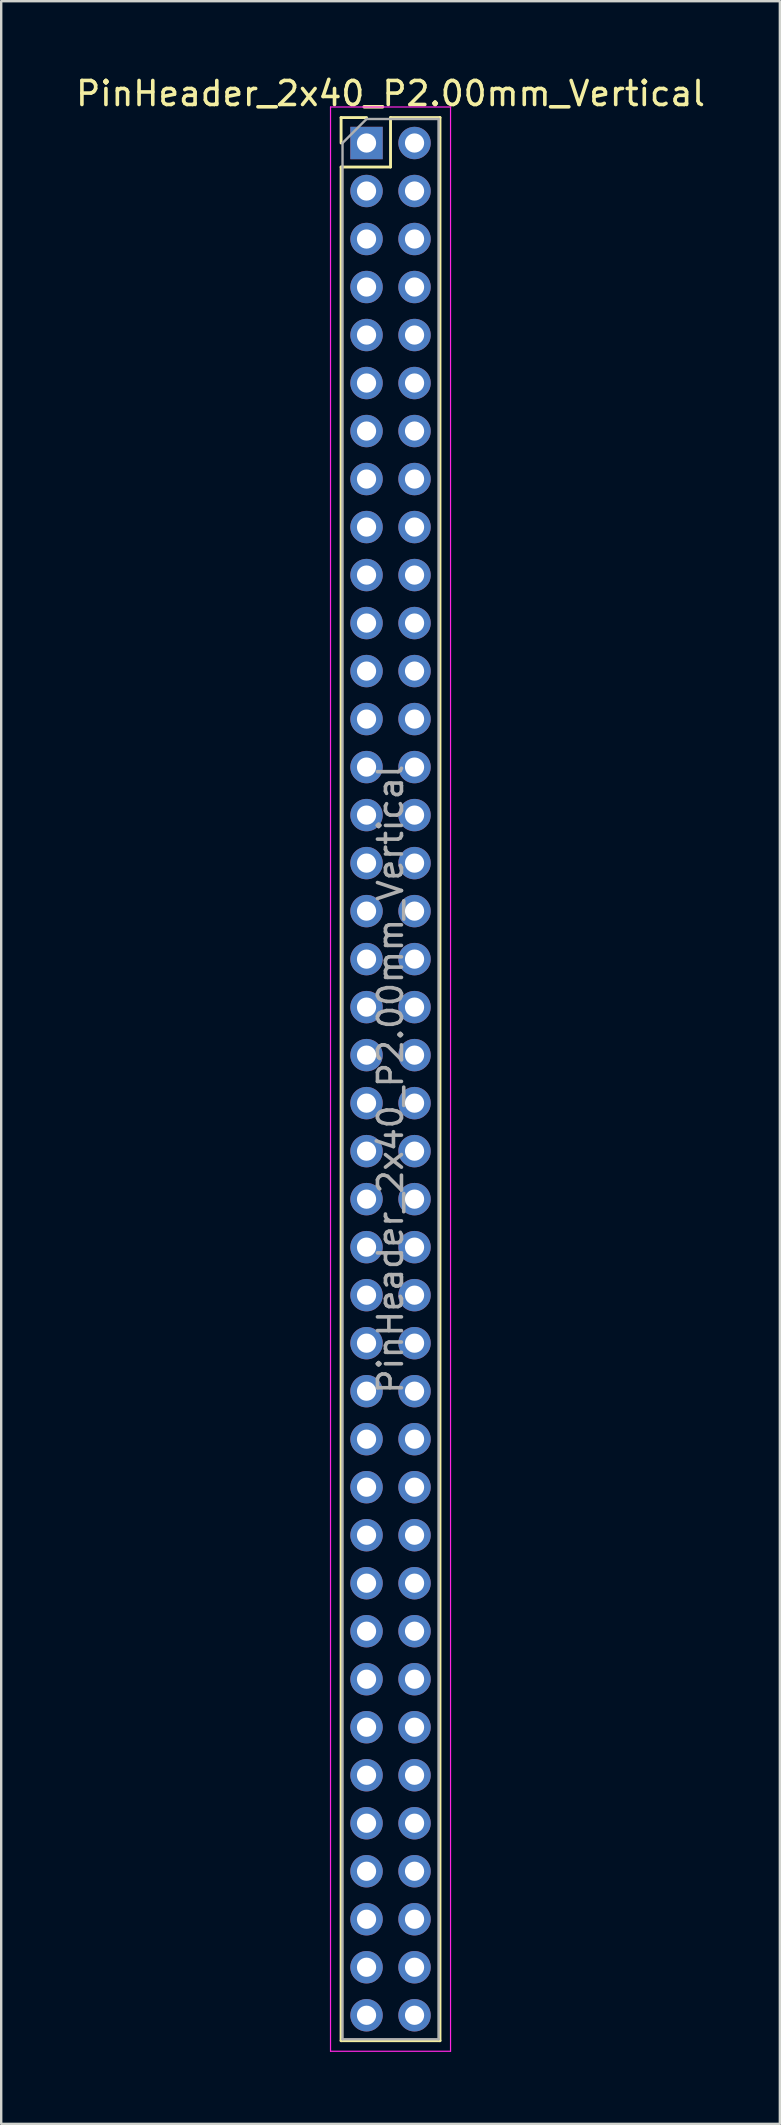
<source format=kicad_pcb>
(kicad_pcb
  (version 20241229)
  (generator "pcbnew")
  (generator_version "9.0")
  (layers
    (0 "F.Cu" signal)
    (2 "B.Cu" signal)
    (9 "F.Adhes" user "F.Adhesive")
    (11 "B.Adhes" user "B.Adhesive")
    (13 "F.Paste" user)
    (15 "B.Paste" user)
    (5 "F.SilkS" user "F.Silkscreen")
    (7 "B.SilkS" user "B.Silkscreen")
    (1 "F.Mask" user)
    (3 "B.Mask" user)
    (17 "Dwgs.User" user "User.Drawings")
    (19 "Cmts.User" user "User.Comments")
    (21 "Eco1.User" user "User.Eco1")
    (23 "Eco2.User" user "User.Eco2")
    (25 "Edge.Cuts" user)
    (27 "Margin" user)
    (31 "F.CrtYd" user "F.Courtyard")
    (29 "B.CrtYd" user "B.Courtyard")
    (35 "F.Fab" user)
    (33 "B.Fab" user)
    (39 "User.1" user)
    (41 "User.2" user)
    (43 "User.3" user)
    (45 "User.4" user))
  (footprint "PinHeader_2x40_P2.00mm_Vertical"
    (layer "F.Cu")
    (at 12.22 2.908)
    (property "Reference" "PinHeader_2x40_P2.00mm_Vertical" (at 1 -2.06 0) (layer "F.SilkS") (effects (font (size 1 1) (thickness 0.15))))
    (attr through_hole)
    (fp_line (start -1.06 -1.06) (end 0 -1.06) (stroke (width 0.12) (type solid)) (layer "F.SilkS"))
    (fp_line (start -1.06 0) (end -1.06 -1.06) (stroke (width 0.12) (type solid)) (layer "F.SilkS"))
    (fp_line (start -1.06 1) (end -1.06 79.06) (stroke (width 0.12) (type solid)) (layer "F.SilkS"))
    (fp_line (start -1.06 1) (end 1 1) (stroke (width 0.12) (type solid)) (layer "F.SilkS"))
    (fp_line (start -1.06 79.06) (end 3.06 79.06) (stroke (width 0.12) (type solid)) (layer "F.SilkS"))
    (fp_line (start 1 -1.06) (end 3.06 -1.06) (stroke (width 0.12) (type solid)) (layer "F.SilkS"))
    (fp_line (start 1 1) (end 1 -1.06) (stroke (width 0.12) (type solid)) (layer "F.SilkS"))
    (fp_line (start 3.06 -1.06) (end 3.06 79.06) (stroke (width 0.12) (type solid)) (layer "F.SilkS"))
    (fp_line (start -1.5 -1.5) (end -1.5 79.5) (stroke (width 0.05) (type solid)) (layer "F.CrtYd"))
    (fp_line (start -1.5 79.5) (end 3.5 79.5) (stroke (width 0.05) (type solid)) (layer "F.CrtYd"))
    (fp_line (start 3.5 -1.5) (end -1.5 -1.5) (stroke (width 0.05) (type solid)) (layer "F.CrtYd"))
    (fp_line (start 3.5 79.5) (end 3.5 -1.5) (stroke (width 0.05) (type solid)) (layer "F.CrtYd"))
    (fp_line (start -1 0) (end 0 -1) (stroke (width 0.1) (type solid)) (layer "F.Fab"))
    (fp_line (start -1 79) (end -1 0) (stroke (width 0.1) (type solid)) (layer "F.Fab"))
    (fp_line (start 0 -1) (end 3 -1) (stroke (width 0.1) (type solid)) (layer "F.Fab"))
    (fp_line (start 3 -1) (end 3 79) (stroke (width 0.1) (type solid)) (layer "F.Fab"))
    (fp_line (start 3 79) (end -1 79) (stroke (width 0.1) (type solid)) (layer "F.Fab"))
    (fp_text user "${REFERENCE}" (at 1 39 90) (layer "F.Fab") (effects (font (size 1 1) (thickness 0.15))))
    (pad "1" thru_hole rect (at 0 0) (size 1.35 1.35) (drill 0.8) (layers "*.Cu" "*.Mask"))
    (pad "2" thru_hole oval (at 2 0) (size 1.35 1.35) (drill 0.8) (layers "*.Cu" "*.Mask"))
    (pad "3" thru_hole oval (at 0 2) (size 1.35 1.35) (drill 0.8) (layers "*.Cu" "*.Mask"))
    (pad "4" thru_hole oval (at 2 2) (size 1.35 1.35) (drill 0.8) (layers "*.Cu" "*.Mask"))
    (pad "5" thru_hole oval (at 0 4) (size 1.35 1.35) (drill 0.8) (layers "*.Cu" "*.Mask"))
    (pad "6" thru_hole oval (at 2 4) (size 1.35 1.35) (drill 0.8) (layers "*.Cu" "*.Mask"))
    (pad "7" thru_hole oval (at 0 6) (size 1.35 1.35) (drill 0.8) (layers "*.Cu" "*.Mask"))
    (pad "8" thru_hole oval (at 2 6) (size 1.35 1.35) (drill 0.8) (layers "*.Cu" "*.Mask"))
    (pad "9" thru_hole oval (at 0 8) (size 1.35 1.35) (drill 0.8) (layers "*.Cu" "*.Mask"))
    (pad "10" thru_hole oval (at 2 8) (size 1.35 1.35) (drill 0.8) (layers "*.Cu" "*.Mask"))
    (pad "11" thru_hole oval (at 0 10) (size 1.35 1.35) (drill 0.8) (layers "*.Cu" "*.Mask"))
    (pad "12" thru_hole oval (at 2 10) (size 1.35 1.35) (drill 0.8) (layers "*.Cu" "*.Mask"))
    (pad "13" thru_hole oval (at 0 12) (size 1.35 1.35) (drill 0.8) (layers "*.Cu" "*.Mask"))
    (pad "14" thru_hole oval (at 2 12) (size 1.35 1.35) (drill 0.8) (layers "*.Cu" "*.Mask"))
    (pad "15" thru_hole oval (at 0 14) (size 1.35 1.35) (drill 0.8) (layers "*.Cu" "*.Mask"))
    (pad "16" thru_hole oval (at 2 14) (size 1.35 1.35) (drill 0.8) (layers "*.Cu" "*.Mask"))
    (pad "17" thru_hole oval (at 0 16) (size 1.35 1.35) (drill 0.8) (layers "*.Cu" "*.Mask"))
    (pad "18" thru_hole oval (at 2 16) (size 1.35 1.35) (drill 0.8) (layers "*.Cu" "*.Mask"))
    (pad "19" thru_hole oval (at 0 18) (size 1.35 1.35) (drill 0.8) (layers "*.Cu" "*.Mask"))
    (pad "20" thru_hole oval (at 2 18) (size 1.35 1.35) (drill 0.8) (layers "*.Cu" "*.Mask"))
    (pad "21" thru_hole oval (at 0 20) (size 1.35 1.35) (drill 0.8) (layers "*.Cu" "*.Mask"))
    (pad "22" thru_hole oval (at 2 20) (size 1.35 1.35) (drill 0.8) (layers "*.Cu" "*.Mask"))
    (pad "23" thru_hole oval (at 0 22) (size 1.35 1.35) (drill 0.8) (layers "*.Cu" "*.Mask"))
    (pad "24" thru_hole oval (at 2 22) (size 1.35 1.35) (drill 0.8) (layers "*.Cu" "*.Mask"))
    (pad "25" thru_hole oval (at 0 24) (size 1.35 1.35) (drill 0.8) (layers "*.Cu" "*.Mask"))
    (pad "26" thru_hole oval (at 2 24) (size 1.35 1.35) (drill 0.8) (layers "*.Cu" "*.Mask"))
    (pad "27" thru_hole oval (at 0 26) (size 1.35 1.35) (drill 0.8) (layers "*.Cu" "*.Mask"))
    (pad "28" thru_hole oval (at 2 26) (size 1.35 1.35) (drill 0.8) (layers "*.Cu" "*.Mask"))
    (pad "29" thru_hole oval (at 0 28) (size 1.35 1.35) (drill 0.8) (layers "*.Cu" "*.Mask"))
    (pad "30" thru_hole oval (at 2 28) (size 1.35 1.35) (drill 0.8) (layers "*.Cu" "*.Mask"))
    (pad "31" thru_hole oval (at 0 30) (size 1.35 1.35) (drill 0.8) (layers "*.Cu" "*.Mask"))
    (pad "32" thru_hole oval (at 2 30) (size 1.35 1.35) (drill 0.8) (layers "*.Cu" "*.Mask"))
    (pad "33" thru_hole oval (at 0 32) (size 1.35 1.35) (drill 0.8) (layers "*.Cu" "*.Mask"))
    (pad "34" thru_hole oval (at 2 32) (size 1.35 1.35) (drill 0.8) (layers "*.Cu" "*.Mask"))
    (pad "35" thru_hole oval (at 0 34) (size 1.35 1.35) (drill 0.8) (layers "*.Cu" "*.Mask"))
    (pad "36" thru_hole oval (at 2 34) (size 1.35 1.35) (drill 0.8) (layers "*.Cu" "*.Mask"))
    (pad "37" thru_hole oval (at 0 36) (size 1.35 1.35) (drill 0.8) (layers "*.Cu" "*.Mask"))
    (pad "38" thru_hole oval (at 2 36) (size 1.35 1.35) (drill 0.8) (layers "*.Cu" "*.Mask"))
    (pad "39" thru_hole oval (at 0 38) (size 1.35 1.35) (drill 0.8) (layers "*.Cu" "*.Mask"))
    (pad "40" thru_hole oval (at 2 38) (size 1.35 1.35) (drill 0.8) (layers "*.Cu" "*.Mask"))
    (pad "41" thru_hole oval (at 0 40) (size 1.35 1.35) (drill 0.8) (layers "*.Cu" "*.Mask"))
    (pad "42" thru_hole oval (at 2 40) (size 1.35 1.35) (drill 0.8) (layers "*.Cu" "*.Mask"))
    (pad "43" thru_hole oval (at 0 42) (size 1.35 1.35) (drill 0.8) (layers "*.Cu" "*.Mask"))
    (pad "44" thru_hole oval (at 2 42) (size 1.35 1.35) (drill 0.8) (layers "*.Cu" "*.Mask"))
    (pad "45" thru_hole oval (at 0 44) (size 1.35 1.35) (drill 0.8) (layers "*.Cu" "*.Mask"))
    (pad "46" thru_hole oval (at 2 44) (size 1.35 1.35) (drill 0.8) (layers "*.Cu" "*.Mask"))
    (pad "47" thru_hole oval (at 0 46) (size 1.35 1.35) (drill 0.8) (layers "*.Cu" "*.Mask"))
    (pad "48" thru_hole oval (at 2 46) (size 1.35 1.35) (drill 0.8) (layers "*.Cu" "*.Mask"))
    (pad "49" thru_hole oval (at 0 48) (size 1.35 1.35) (drill 0.8) (layers "*.Cu" "*.Mask"))
    (pad "50" thru_hole oval (at 2 48) (size 1.35 1.35) (drill 0.8) (layers "*.Cu" "*.Mask"))
    (pad "51" thru_hole oval (at 0 50) (size 1.35 1.35) (drill 0.8) (layers "*.Cu" "*.Mask"))
    (pad "52" thru_hole oval (at 2 50) (size 1.35 1.35) (drill 0.8) (layers "*.Cu" "*.Mask"))
    (pad "53" thru_hole oval (at 0 52) (size 1.35 1.35) (drill 0.8) (layers "*.Cu" "*.Mask"))
    (pad "54" thru_hole oval (at 2 52) (size 1.35 1.35) (drill 0.8) (layers "*.Cu" "*.Mask"))
    (pad "55" thru_hole oval (at 0 54) (size 1.35 1.35) (drill 0.8) (layers "*.Cu" "*.Mask"))
    (pad "56" thru_hole oval (at 2 54) (size 1.35 1.35) (drill 0.8) (layers "*.Cu" "*.Mask"))
    (pad "57" thru_hole oval (at 0 56) (size 1.35 1.35) (drill 0.8) (layers "*.Cu" "*.Mask"))
    (pad "58" thru_hole oval (at 2 56) (size 1.35 1.35) (drill 0.8) (layers "*.Cu" "*.Mask"))
    (pad "59" thru_hole oval (at 0 58) (size 1.35 1.35) (drill 0.8) (layers "*.Cu" "*.Mask"))
    (pad "60" thru_hole oval (at 2 58) (size 1.35 1.35) (drill 0.8) (layers "*.Cu" "*.Mask"))
    (pad "61" thru_hole oval (at 0 60) (size 1.35 1.35) (drill 0.8) (layers "*.Cu" "*.Mask"))
    (pad "62" thru_hole oval (at 2 60) (size 1.35 1.35) (drill 0.8) (layers "*.Cu" "*.Mask"))
    (pad "63" thru_hole oval (at 0 62) (size 1.35 1.35) (drill 0.8) (layers "*.Cu" "*.Mask"))
    (pad "64" thru_hole oval (at 2 62) (size 1.35 1.35) (drill 0.8) (layers "*.Cu" "*.Mask"))
    (pad "65" thru_hole oval (at 0 64) (size 1.35 1.35) (drill 0.8) (layers "*.Cu" "*.Mask"))
    (pad "66" thru_hole oval (at 2 64) (size 1.35 1.35) (drill 0.8) (layers "*.Cu" "*.Mask"))
    (pad "67" thru_hole oval (at 0 66) (size 1.35 1.35) (drill 0.8) (layers "*.Cu" "*.Mask"))
    (pad "68" thru_hole oval (at 2 66) (size 1.35 1.35) (drill 0.8) (layers "*.Cu" "*.Mask"))
    (pad "69" thru_hole oval (at 0 68) (size 1.35 1.35) (drill 0.8) (layers "*.Cu" "*.Mask"))
    (pad "70" thru_hole oval (at 2 68) (size 1.35 1.35) (drill 0.8) (layers "*.Cu" "*.Mask"))
    (pad "71" thru_hole oval (at 0 70) (size 1.35 1.35) (drill 0.8) (layers "*.Cu" "*.Mask"))
    (pad "72" thru_hole oval (at 2 70) (size 1.35 1.35) (drill 0.8) (layers "*.Cu" "*.Mask"))
    (pad "73" thru_hole oval (at 0 72) (size 1.35 1.35) (drill 0.8) (layers "*.Cu" "*.Mask"))
    (pad "74" thru_hole oval (at 2 72) (size 1.35 1.35) (drill 0.8) (layers "*.Cu" "*.Mask"))
    (pad "75" thru_hole oval (at 0 74) (size 1.35 1.35) (drill 0.8) (layers "*.Cu" "*.Mask"))
    (pad "76" thru_hole oval (at 2 74) (size 1.35 1.35) (drill 0.8) (layers "*.Cu" "*.Mask"))
    (pad "77" thru_hole oval (at 0 76) (size 1.35 1.35) (drill 0.8) (layers "*.Cu" "*.Mask"))
    (pad "78" thru_hole oval (at 2 76) (size 1.35 1.35) (drill 0.8) (layers "*.Cu" "*.Mask"))
    (pad "79" thru_hole oval (at 0 78) (size 1.35 1.35) (drill 0.8) (layers "*.Cu" "*.Mask"))
    (pad "80" thru_hole oval (at 2 78) (size 1.35 1.35) (drill 0.8) (layers "*.Cu" "*.Mask")))
  (gr_rect
    (start -3 -3)
    (end 29.44 85.433)
    (stroke (width 0.1) (type default))
    (fill no)
    (layer "Edge.Cuts")))
</source>
